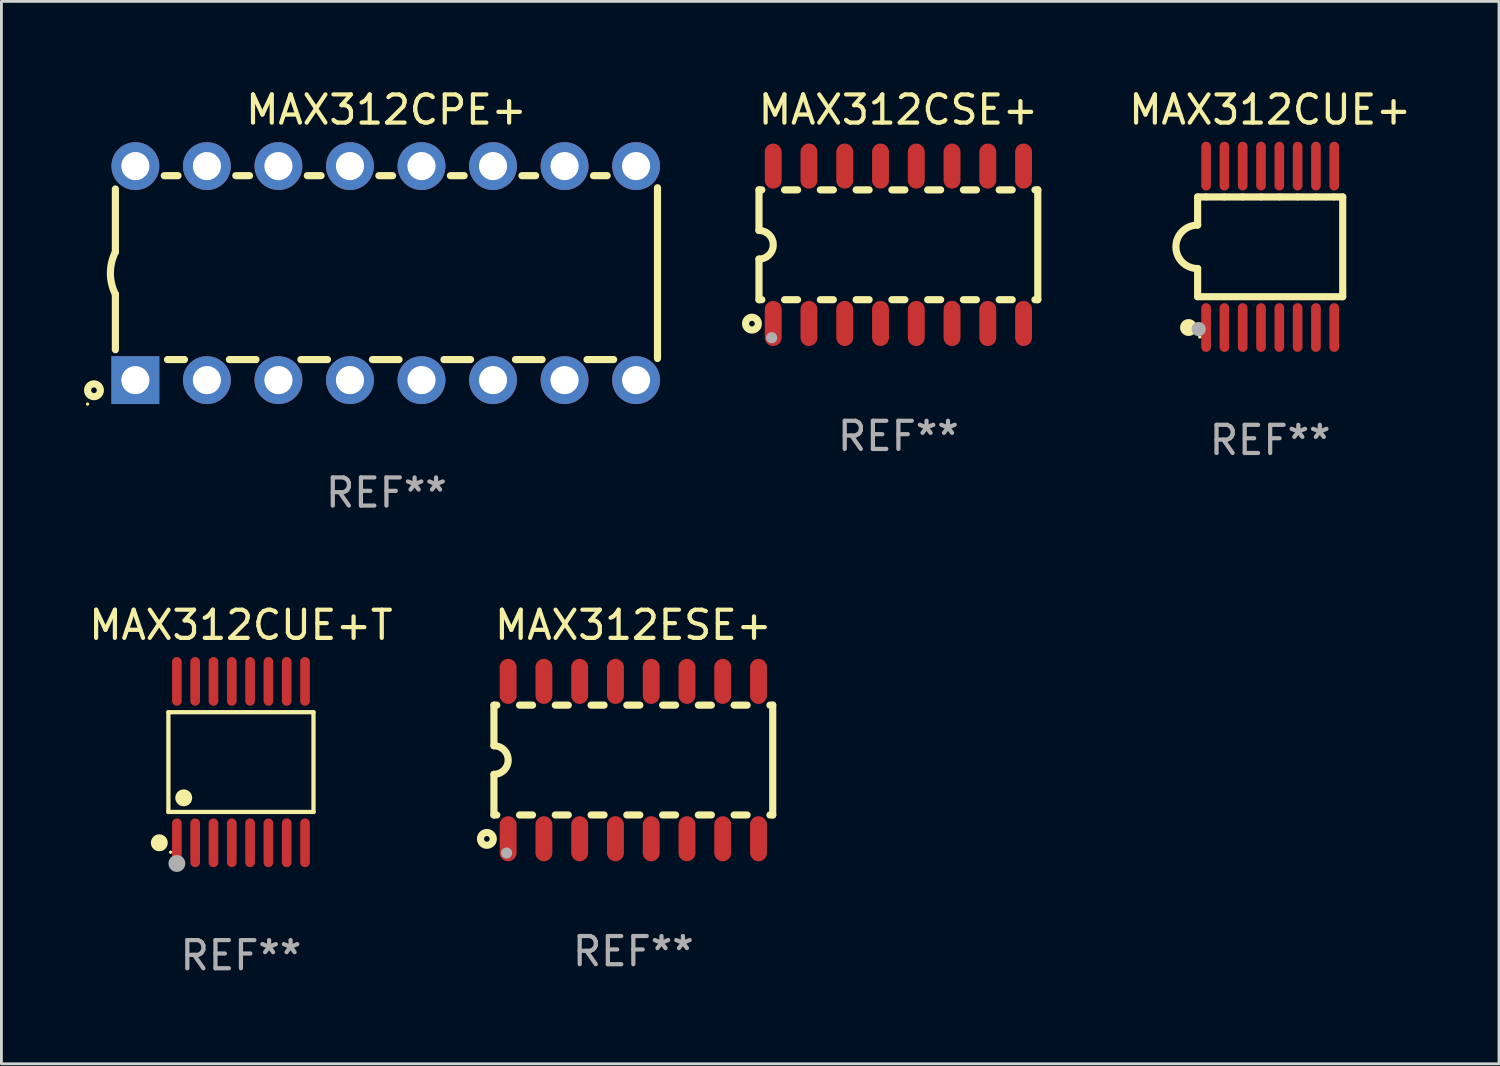
<source format=kicad_pcb>
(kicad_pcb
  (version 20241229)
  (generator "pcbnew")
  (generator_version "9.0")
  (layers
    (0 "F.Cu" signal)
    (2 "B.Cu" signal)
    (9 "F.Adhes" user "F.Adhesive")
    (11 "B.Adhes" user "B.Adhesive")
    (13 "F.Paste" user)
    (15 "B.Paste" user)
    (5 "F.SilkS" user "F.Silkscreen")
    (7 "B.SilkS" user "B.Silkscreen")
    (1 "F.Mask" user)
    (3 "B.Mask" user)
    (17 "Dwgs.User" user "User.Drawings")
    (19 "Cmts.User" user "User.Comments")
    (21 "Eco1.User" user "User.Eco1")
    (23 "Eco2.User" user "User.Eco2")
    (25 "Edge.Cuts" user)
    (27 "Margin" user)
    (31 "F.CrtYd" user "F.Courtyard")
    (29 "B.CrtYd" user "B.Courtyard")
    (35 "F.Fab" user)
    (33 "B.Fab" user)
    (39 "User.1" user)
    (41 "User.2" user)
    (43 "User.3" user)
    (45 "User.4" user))
  (footprint "MAX312CSE+"
    (layer "F.Cu")
    (at 28.851 5.642)
    (property "Reference" "MAX312CSE+" (at 0 -4.794 0) (layer "F.SilkS") (effects (font (size 1 1) (thickness 0.15))))
    (attr through_hole)
    (fp_line (start -4.95 -1.95) (end -4.95 -0.508) (stroke (width 0.254) (type solid)) (layer "F.SilkS"))
    (fp_line (start -4.95 -1.95) (end -4.849 -1.95) (stroke (width 0.254) (type solid)) (layer "F.SilkS"))
    (fp_line (start -4.95 1.95) (end -4.95 0.508) (stroke (width 0.254) (type solid)) (layer "F.SilkS"))
    (fp_line (start -4.95 1.95) (end -4.849 1.95) (stroke (width 0.254) (type solid)) (layer "F.SilkS"))
    (fp_line (start -4.041 -1.95) (end -3.579 -1.95) (stroke (width 0.254) (type solid)) (layer "F.SilkS"))
    (fp_line (start -4.041 1.95) (end -3.579 1.95) (stroke (width 0.254) (type solid)) (layer "F.SilkS"))
    (fp_line (start -2.771 -1.95) (end -2.309 -1.95) (stroke (width 0.254) (type solid)) (layer "F.SilkS"))
    (fp_line (start -2.771 1.95) (end -2.309 1.95) (stroke (width 0.254) (type solid)) (layer "F.SilkS"))
    (fp_line (start -1.501 -1.95) (end -1.039 -1.95) (stroke (width 0.254) (type solid)) (layer "F.SilkS"))
    (fp_line (start -1.501 1.95) (end -1.039 1.95) (stroke (width 0.254) (type solid)) (layer "F.SilkS"))
    (fp_line (start -0.231 -1.95) (end 0.231 -1.95) (stroke (width 0.254) (type solid)) (layer "F.SilkS"))
    (fp_line (start -0.231 1.95) (end 0.231 1.95) (stroke (width 0.254) (type solid)) (layer "F.SilkS"))
    (fp_line (start 1.039 -1.95) (end 1.501 -1.95) (stroke (width 0.254) (type solid)) (layer "F.SilkS"))
    (fp_line (start 1.039 1.95) (end 1.501 1.95) (stroke (width 0.254) (type solid)) (layer "F.SilkS"))
    (fp_line (start 2.309 -1.95) (end 2.771 -1.95) (stroke (width 0.254) (type solid)) (layer "F.SilkS"))
    (fp_line (start 2.309 1.95) (end 2.771 1.95) (stroke (width 0.254) (type solid)) (layer "F.SilkS"))
    (fp_line (start 3.579 -1.95) (end 4.041 -1.95) (stroke (width 0.254) (type solid)) (layer "F.SilkS"))
    (fp_line (start 3.579 1.95) (end 4.041 1.95) (stroke (width 0.254) (type solid)) (layer "F.SilkS"))
    (fp_line (start 4.849 -1.95) (end 4.95 -1.95) (stroke (width 0.254) (type solid)) (layer "F.SilkS"))
    (fp_line (start 4.849 1.95) (end 4.95 1.95) (stroke (width 0.254) (type solid)) (layer "F.SilkS"))
    (fp_line (start 4.95 -1.95) (end 4.95 1.95) (stroke (width 0.254) (type solid)) (layer "F.SilkS"))
    (fp_arc (start -4.95047 -0.508001) (mid -4.442469 -0.000228) (end -4.950013 0.508001) (stroke (width 0.254001) (type solid)) (layer "F.SilkS"))
    (fp_circle (center -5.2 2.8) (end -5.1 2.8) (stroke (width 0.254) (type solid)) (fill no) (layer "F.SilkS"))
    (fp_circle (center -4.95 2.947) (end -4.92 2.947) (stroke (width 0.06) (type solid)) (fill no) (layer "F.SilkS"))
    (fp_circle (center -4.5 3.3) (end -4.4 3.3) (stroke (width 0.2) (type solid)) (fill no) (layer "F.Fab"))
    (fp_text user "REF**" (at 0 6.794 0) (layer "F.Fab") (effects (font (size 1 1) (thickness 0.15))))
    (pad "1" smd oval (at -4.445 2.794) (size 0.6 1.6) (layers "F.Cu" "F.Mask" "F.Paste"))
    (pad "2" smd oval (at -3.175 2.794) (size 0.6 1.6) (layers "F.Cu" "F.Mask" "F.Paste"))
    (pad "3" smd oval (at -1.905 2.794) (size 0.6 1.6) (layers "F.Cu" "F.Mask" "F.Paste"))
    (pad "4" smd oval (at -0.635 2.794) (size 0.6 1.6) (layers "F.Cu" "F.Mask" "F.Paste"))
    (pad "5" smd oval (at 0.635 2.794) (size 0.6 1.6) (layers "F.Cu" "F.Mask" "F.Paste"))
    (pad "6" smd oval (at 1.905 2.794) (size 0.6 1.6) (layers "F.Cu" "F.Mask" "F.Paste"))
    (pad "7" smd oval (at 3.175 2.794) (size 0.6 1.6) (layers "F.Cu" "F.Mask" "F.Paste"))
    (pad "8" smd oval (at 4.445 2.794) (size 0.6 1.6) (layers "F.Cu" "F.Mask" "F.Paste"))
    (pad "9" smd oval (at 4.445 -2.794) (size 0.6 1.6) (layers "F.Cu" "F.Mask" "F.Paste"))
    (pad "10" smd oval (at 3.175 -2.794) (size 0.6 1.6) (layers "F.Cu" "F.Mask" "F.Paste"))
    (pad "11" smd oval (at 1.905 -2.794) (size 0.6 1.6) (layers "F.Cu" "F.Mask" "F.Paste"))
    (pad "12" smd oval (at 0.635 -2.794) (size 0.6 1.6) (layers "F.Cu" "F.Mask" "F.Paste"))
    (pad "13" smd oval (at -0.635 -2.794) (size 0.6 1.6) (layers "F.Cu" "F.Mask" "F.Paste"))
    (pad "14" smd oval (at -1.905 -2.794) (size 0.6 1.6) (layers "F.Cu" "F.Mask" "F.Paste"))
    (pad "15" smd oval (at -3.175 -2.794) (size 0.6 1.6) (layers "F.Cu" "F.Mask" "F.Paste"))
    (pad "16" smd oval (at -4.445 -2.794) (size 0.6 1.6) (layers "F.Cu" "F.Mask" "F.Paste")))
  (footprint "MAX312ESE+"
    (layer "F.Cu")
    (at 19.439 23.939)
    (property "Reference" "MAX312ESE+" (at 0 -4.794 0) (layer "F.SilkS") (effects (font (size 1 1) (thickness 0.15))))
    (attr through_hole)
    (fp_line (start -4.95 -1.95) (end -4.95 -0.508) (stroke (width 0.254) (type solid)) (layer "F.SilkS"))
    (fp_line (start -4.95 -1.95) (end -4.849 -1.95) (stroke (width 0.254) (type solid)) (layer "F.SilkS"))
    (fp_line (start -4.95 1.95) (end -4.95 0.508) (stroke (width 0.254) (type solid)) (layer "F.SilkS"))
    (fp_line (start -4.95 1.95) (end -4.849 1.95) (stroke (width 0.254) (type solid)) (layer "F.SilkS"))
    (fp_line (start -4.041 -1.95) (end -3.579 -1.95) (stroke (width 0.254) (type solid)) (layer "F.SilkS"))
    (fp_line (start -4.041 1.95) (end -3.579 1.95) (stroke (width 0.254) (type solid)) (layer "F.SilkS"))
    (fp_line (start -2.771 -1.95) (end -2.309 -1.95) (stroke (width 0.254) (type solid)) (layer "F.SilkS"))
    (fp_line (start -2.771 1.95) (end -2.309 1.95) (stroke (width 0.254) (type solid)) (layer "F.SilkS"))
    (fp_line (start -1.501 -1.95) (end -1.039 -1.95) (stroke (width 0.254) (type solid)) (layer "F.SilkS"))
    (fp_line (start -1.501 1.95) (end -1.039 1.95) (stroke (width 0.254) (type solid)) (layer "F.SilkS"))
    (fp_line (start -0.231 -1.95) (end 0.231 -1.95) (stroke (width 0.254) (type solid)) (layer "F.SilkS"))
    (fp_line (start -0.231 1.95) (end 0.231 1.95) (stroke (width 0.254) (type solid)) (layer "F.SilkS"))
    (fp_line (start 1.039 -1.95) (end 1.501 -1.95) (stroke (width 0.254) (type solid)) (layer "F.SilkS"))
    (fp_line (start 1.039 1.95) (end 1.501 1.95) (stroke (width 0.254) (type solid)) (layer "F.SilkS"))
    (fp_line (start 2.309 -1.95) (end 2.771 -1.95) (stroke (width 0.254) (type solid)) (layer "F.SilkS"))
    (fp_line (start 2.309 1.95) (end 2.771 1.95) (stroke (width 0.254) (type solid)) (layer "F.SilkS"))
    (fp_line (start 3.579 -1.95) (end 4.041 -1.95) (stroke (width 0.254) (type solid)) (layer "F.SilkS"))
    (fp_line (start 3.579 1.95) (end 4.041 1.95) (stroke (width 0.254) (type solid)) (layer "F.SilkS"))
    (fp_line (start 4.849 -1.95) (end 4.95 -1.95) (stroke (width 0.254) (type solid)) (layer "F.SilkS"))
    (fp_line (start 4.849 1.95) (end 4.95 1.95) (stroke (width 0.254) (type solid)) (layer "F.SilkS"))
    (fp_line (start 4.95 -1.95) (end 4.95 1.95) (stroke (width 0.254) (type solid)) (layer "F.SilkS"))
    (fp_arc (start -4.95047 -0.508001) (mid -4.442469 -0.000228) (end -4.950013 0.508001) (stroke (width 0.254001) (type solid)) (layer "F.SilkS"))
    (fp_circle (center -5.2 2.8) (end -5.1 2.8) (stroke (width 0.254) (type solid)) (fill no) (layer "F.SilkS"))
    (fp_circle (center -4.95 2.947) (end -4.92 2.947) (stroke (width 0.06) (type solid)) (fill no) (layer "F.SilkS"))
    (fp_circle (center -4.5 3.3) (end -4.4 3.3) (stroke (width 0.2) (type solid)) (fill no) (layer "F.Fab"))
    (fp_text user "REF**" (at 0 6.794 0) (layer "F.Fab") (effects (font (size 1 1) (thickness 0.15))))
    (pad "1" smd oval (at -4.445 2.794) (size 0.6 1.6) (layers "F.Cu" "F.Mask" "F.Paste"))
    (pad "2" smd oval (at -3.175 2.794) (size 0.6 1.6) (layers "F.Cu" "F.Mask" "F.Paste"))
    (pad "3" smd oval (at -1.905 2.794) (size 0.6 1.6) (layers "F.Cu" "F.Mask" "F.Paste"))
    (pad "4" smd oval (at -0.635 2.794) (size 0.6 1.6) (layers "F.Cu" "F.Mask" "F.Paste"))
    (pad "5" smd oval (at 0.635 2.794) (size 0.6 1.6) (layers "F.Cu" "F.Mask" "F.Paste"))
    (pad "6" smd oval (at 1.905 2.794) (size 0.6 1.6) (layers "F.Cu" "F.Mask" "F.Paste"))
    (pad "7" smd oval (at 3.175 2.794) (size 0.6 1.6) (layers "F.Cu" "F.Mask" "F.Paste"))
    (pad "8" smd oval (at 4.445 2.794) (size 0.6 1.6) (layers "F.Cu" "F.Mask" "F.Paste"))
    (pad "9" smd oval (at 4.445 -2.794) (size 0.6 1.6) (layers "F.Cu" "F.Mask" "F.Paste"))
    (pad "10" smd oval (at 3.175 -2.794) (size 0.6 1.6) (layers "F.Cu" "F.Mask" "F.Paste"))
    (pad "11" smd oval (at 1.905 -2.794) (size 0.6 1.6) (layers "F.Cu" "F.Mask" "F.Paste"))
    (pad "12" smd oval (at 0.635 -2.794) (size 0.6 1.6) (layers "F.Cu" "F.Mask" "F.Paste"))
    (pad "13" smd oval (at -0.635 -2.794) (size 0.6 1.6) (layers "F.Cu" "F.Mask" "F.Paste"))
    (pad "14" smd oval (at -1.905 -2.794) (size 0.6 1.6) (layers "F.Cu" "F.Mask" "F.Paste"))
    (pad "15" smd oval (at -3.175 -2.794) (size 0.6 1.6) (layers "F.Cu" "F.Mask" "F.Paste"))
    (pad "16" smd oval (at -4.445 -2.794) (size 0.6 1.6) (layers "F.Cu" "F.Mask" "F.Paste")))
  (footprint "MAX312CPE+"
    (layer "F.Cu")
    (at 10.672 6.648)
    (property "Reference" "MAX312CPE+" (at 0 -5.8 0) (layer "F.SilkS") (effects (font (size 1 1) (thickness 0.15))))
    (attr through_hole)
    (fp_line (start -9.625 -0.75) (end -9.625 -2.986) (stroke (width 0.254) (type solid)) (layer "F.SilkS"))
    (fp_line (start -9.625 0.749) (end -9.625 2.719) (stroke (width 0.254) (type solid)) (layer "F.SilkS"))
    (fp_line (start -7.889 -3.46) (end -7.401 -3.46) (stroke (width 0.254) (type solid)) (layer "F.SilkS"))
    (fp_line (start -7.775 3.07) (end -7.172 3.07) (stroke (width 0.254) (type solid)) (layer "F.SilkS"))
    (fp_line (start -5.578 3.07) (end -4.632 3.07) (stroke (width 0.254) (type solid)) (layer "F.SilkS"))
    (fp_line (start -5.349 -3.46) (end -4.861 -3.46) (stroke (width 0.254) (type solid)) (layer "F.SilkS"))
    (fp_line (start -3.038 3.07) (end -2.092 3.07) (stroke (width 0.254) (type solid)) (layer "F.SilkS"))
    (fp_line (start -2.809 -3.46) (end -2.321 -3.46) (stroke (width 0.254) (type solid)) (layer "F.SilkS"))
    (fp_line (start -0.498 3.07) (end 0.448 3.07) (stroke (width 0.254) (type solid)) (layer "F.SilkS"))
    (fp_line (start -0.269 -3.46) (end 0.219 -3.46) (stroke (width 0.254) (type solid)) (layer "F.SilkS"))
    (fp_line (start 2.042 3.07) (end 2.988 3.07) (stroke (width 0.254) (type solid)) (layer "F.SilkS"))
    (fp_line (start 2.271 -3.46) (end 2.759 -3.46) (stroke (width 0.254) (type solid)) (layer "F.SilkS"))
    (fp_line (start 4.582 3.07) (end 5.528 3.07) (stroke (width 0.254) (type solid)) (layer "F.SilkS"))
    (fp_line (start 4.811 -3.46) (end 5.299 -3.46) (stroke (width 0.254) (type solid)) (layer "F.SilkS"))
    (fp_line (start 7.122 3.07) (end 8.068 3.07) (stroke (width 0.254) (type solid)) (layer "F.SilkS"))
    (fp_line (start 7.351 -3.46) (end 7.839 -3.46) (stroke (width 0.254) (type solid)) (layer "F.SilkS"))
    (fp_line (start 9.625 3.032) (end 9.625 -3.032) (stroke (width 0.254) (type solid)) (layer "F.SilkS"))
    (fp_arc (start -9.624993 0.748819) (mid -9.801912 -0.000581) (end -9.625019 -0.749987) (stroke (width 0.254001) (type solid)) (layer "F.SilkS"))
    (fp_circle (center -10.612 4.65) (end -10.582 4.65) (stroke (width 0.06) (type solid)) (fill no) (layer "F.SilkS"))
    (fp_circle (center -10.385 4.16) (end -10.285 4.16) (stroke (width 0.254) (type solid)) (fill no) (layer "F.SilkS"))
    (fp_text user "REF**" (at 0 7.8 0) (layer "F.Fab") (effects (font (size 1 1) (thickness 0.15))))
    (pad "1" thru_hole rect (at -8.915 3.8 90) (size 1.7 1.7) (drill 1) (layers "*.Cu" "*.Mask"))
    (pad "2" thru_hole circle (at -6.375 3.8) (size 1.7 1.7) (drill 1) (layers "*.Cu" "*.Mask"))
    (pad "3" thru_hole circle (at -3.835 3.8) (size 1.7 1.7) (drill 1) (layers "*.Cu" "*.Mask"))
    (pad "4" thru_hole circle (at -1.295 3.8) (size 1.7 1.7) (drill 1) (layers "*.Cu" "*.Mask"))
    (pad "5" thru_hole circle (at 1.245 3.8) (size 1.7 1.7) (drill 1) (layers "*.Cu" "*.Mask"))
    (pad "6" thru_hole circle (at 3.785 3.8) (size 1.7 1.7) (drill 1) (layers "*.Cu" "*.Mask"))
    (pad "7" thru_hole circle (at 6.325 3.8) (size 1.7 1.7) (drill 1) (layers "*.Cu" "*.Mask"))
    (pad "8" thru_hole circle (at 8.865 3.8) (size 1.7 1.7) (drill 1) (layers "*.Cu" "*.Mask"))
    (pad "9" thru_hole circle (at 8.865 -3.8) (size 1.7 1.7) (drill 1) (layers "*.Cu" "*.Mask"))
    (pad "10" thru_hole circle (at 6.325 -3.8) (size 1.7 1.7) (drill 1) (layers "*.Cu" "*.Mask"))
    (pad "11" thru_hole circle (at 3.785 -3.8) (size 1.7 1.7) (drill 1) (layers "*.Cu" "*.Mask"))
    (pad "12" thru_hole circle (at 1.245 -3.8) (size 1.7 1.7) (drill 1) (layers "*.Cu" "*.Mask"))
    (pad "13" thru_hole circle (at -1.295 -3.8) (size 1.7 1.7) (drill 1) (layers "*.Cu" "*.Mask"))
    (pad "14" thru_hole circle (at -3.835 -3.8) (size 1.7 1.7) (drill 1) (layers "*.Cu" "*.Mask"))
    (pad "15" thru_hole circle (at -6.375 -3.8) (size 1.7 1.7) (drill 1) (layers "*.Cu" "*.Mask"))
    (pad "16" thru_hole circle (at -8.915 -3.8) (size 1.7 1.7) (drill 1) (layers "*.Cu" "*.Mask")))
  (footprint "MAX312CUE+"
    (layer "F.Cu")
    (at 42.053 5.714)
    (property "Reference" "MAX312CUE+" (at 0 -4.866 0) (layer "F.SilkS") (effects (font (size 1 1) (thickness 0.15))))
    (attr through_hole)
    (fp_line (start -2.576 -1.771) (end -2.576 -0.771) (stroke (width 0.254) (type solid)) (layer "F.SilkS"))
    (fp_line (start -2.576 -1.771) (end -2.289 -1.771) (stroke (width 0.254) (type solid)) (layer "F.SilkS"))
    (fp_line (start -2.576 1.771) (end -2.576 0.771) (stroke (width 0.254) (type solid)) (layer "F.SilkS"))
    (fp_line (start -2.261 -1.771) (end -1.639 -1.771) (stroke (width 0.254) (type solid)) (layer "F.SilkS"))
    (fp_line (start -1.612 -1.771) (end -0.989 -1.771) (stroke (width 0.254) (type solid)) (layer "F.SilkS"))
    (fp_line (start -0.962 -1.771) (end -0.338 -1.771) (stroke (width 0.254) (type solid)) (layer "F.SilkS"))
    (fp_line (start -0.311 -1.771) (end 0.312 -1.771) (stroke (width 0.254) (type solid)) (layer "F.SilkS"))
    (fp_line (start 0.339 -1.771) (end 0.962 -1.771) (stroke (width 0.254) (type solid)) (layer "F.SilkS"))
    (fp_line (start 0.989 -1.771) (end 1.612 -1.771) (stroke (width 0.254) (type solid)) (layer "F.SilkS"))
    (fp_line (start 1.639 -1.771) (end 2.261 -1.771) (stroke (width 0.254) (type solid)) (layer "F.SilkS"))
    (fp_line (start 2.289 -1.771) (end 2.576 -1.771) (stroke (width 0.254) (type solid)) (layer "F.SilkS"))
    (fp_line (start 2.576 -1.771) (end 2.576 1.771) (stroke (width 0.254) (type solid)) (layer "F.SilkS"))
    (fp_line (start 2.576 1.771) (end -2.576 1.771) (stroke (width 0.254) (type solid)) (layer "F.SilkS"))
    (fp_arc (start -2.576226 0.7714) (mid -3.346889 -0.000648) (end -2.575311 -0.771781) (stroke (width 0.254001) (type solid)) (layer "F.SilkS"))
    (fp_circle (center -2.899 2.866) (end -2.749 2.866) (stroke (width 0.3) (type solid)) (fill no) (layer "F.SilkS"))
    (fp_circle (center -2.5 3.2) (end -2.47 3.2) (stroke (width 0.06) (type solid)) (fill no) (layer "F.SilkS"))
    (fp_circle (center -2.54 2.921) (end -2.413 2.921) (stroke (width 0.254) (type solid)) (fill no) (layer "F.Fab"))
    (fp_text user "REF**" (at 0 6.866 0) (layer "F.Fab") (effects (font (size 1 1) (thickness 0.15))))
    (pad "1" smd oval (at -2.275 2.866) (size 0.343 1.731) (layers "F.Cu" "F.Mask" "F.Paste"))
    (pad "2" smd oval (at -1.625 2.866) (size 0.343 1.731) (layers "F.Cu" "F.Mask" "F.Paste"))
    (pad "3" smd oval (at -0.975 2.866) (size 0.343 1.731) (layers "F.Cu" "F.Mask" "F.Paste"))
    (pad "4" smd oval (at -0.325 2.866) (size 0.343 1.731) (layers "F.Cu" "F.Mask" "F.Paste"))
    (pad "5" smd oval (at 0.325 2.866) (size 0.343 1.731) (layers "F.Cu" "F.Mask" "F.Paste"))
    (pad "6" smd oval (at 0.975 2.866) (size 0.343 1.731) (layers "F.Cu" "F.Mask" "F.Paste"))
    (pad "7" smd oval (at 1.625 2.866) (size 0.343 1.731) (layers "F.Cu" "F.Mask" "F.Paste"))
    (pad "8" smd oval (at 2.275 2.866) (size 0.343 1.731) (layers "F.Cu" "F.Mask" "F.Paste"))
    (pad "9" smd oval (at 2.275 -2.866) (size 0.343 1.731) (layers "F.Cu" "F.Mask" "F.Paste"))
    (pad "10" smd oval (at 1.625 -2.866) (size 0.343 1.731) (layers "F.Cu" "F.Mask" "F.Paste"))
    (pad "11" smd oval (at 0.975 -2.866) (size 0.343 1.731) (layers "F.Cu" "F.Mask" "F.Paste"))
    (pad "12" smd oval (at 0.325 -2.866) (size 0.343 1.731) (layers "F.Cu" "F.Mask" "F.Paste"))
    (pad "13" smd oval (at -0.325 -2.866) (size 0.343 1.731) (layers "F.Cu" "F.Mask" "F.Paste"))
    (pad "14" smd oval (at -0.975 -2.866) (size 0.343 1.731) (layers "F.Cu" "F.Mask" "F.Paste"))
    (pad "15" smd oval (at -1.625 -2.866) (size 0.343 1.731) (layers "F.Cu" "F.Mask" "F.Paste"))
    (pad "16" smd oval (at -2.275 -2.866) (size 0.343 1.731) (layers "F.Cu" "F.Mask" "F.Paste")))
  (footprint "MAX312CUE+T"
    (layer "F.Cu")
    (at 5.506 24.011)
    (property "Reference" "MAX312CUE+T" (at 0 -4.866 0) (layer "F.SilkS") (effects (font (size 1 1) (thickness 0.15))))
    (attr through_hole)
    (fp_line (start -2.576 -1.772) (end 2.576 -1.772) (stroke (width 0.152) (type solid)) (layer "F.SilkS"))
    (fp_line (start -2.576 1.771) (end -2.576 -1.772) (stroke (width 0.152) (type solid)) (layer "F.SilkS"))
    (fp_line (start 2.576 -1.772) (end 2.576 1.771) (stroke (width 0.152) (type solid)) (layer "F.SilkS"))
    (fp_line (start 2.576 1.771) (end -2.576 1.771) (stroke (width 0.152) (type solid)) (layer "F.SilkS"))
    (fp_circle (center -2.899 2.866) (end -2.749 2.866) (stroke (width 0.3) (type solid)) (fill no) (layer "F.SilkS"))
    (fp_circle (center -2.5 3.2) (end -2.47 3.2) (stroke (width 0.06) (type solid)) (fill no) (layer "F.SilkS"))
    (fp_circle (center -2.032 1.27) (end -1.882 1.27) (stroke (width 0.3) (type solid)) (fill no) (layer "F.SilkS"))
    (fp_circle (center -2.275 3.6) (end -2.125 3.6) (stroke (width 0.3) (type solid)) (fill no) (layer "F.Fab"))
    (fp_text user "REF**" (at 0 6.866 0) (layer "F.Fab") (effects (font (size 1 1) (thickness 0.15))))
    (pad "1" smd oval (at -2.275 2.866) (size 0.343 1.731) (layers "F.Cu" "F.Mask" "F.Paste"))
    (pad "2" smd oval (at -1.625 2.866) (size 0.343 1.731) (layers "F.Cu" "F.Mask" "F.Paste"))
    (pad "3" smd oval (at -0.975 2.866) (size 0.343 1.731) (layers "F.Cu" "F.Mask" "F.Paste"))
    (pad "4" smd oval (at -0.325 2.866) (size 0.343 1.731) (layers "F.Cu" "F.Mask" "F.Paste"))
    (pad "5" smd oval (at 0.325 2.866) (size 0.343 1.731) (layers "F.Cu" "F.Mask" "F.Paste"))
    (pad "6" smd oval (at 0.975 2.866) (size 0.343 1.731) (layers "F.Cu" "F.Mask" "F.Paste"))
    (pad "7" smd oval (at 1.625 2.866) (size 0.343 1.731) (layers "F.Cu" "F.Mask" "F.Paste"))
    (pad "8" smd oval (at 2.275 2.866) (size 0.343 1.731) (layers "F.Cu" "F.Mask" "F.Paste"))
    (pad "9" smd oval (at 2.275 -2.866) (size 0.343 1.731) (layers "F.Cu" "F.Mask" "F.Paste"))
    (pad "10" smd oval (at 1.625 -2.866) (size 0.343 1.731) (layers "F.Cu" "F.Mask" "F.Paste"))
    (pad "11" smd oval (at 0.975 -2.866) (size 0.343 1.731) (layers "F.Cu" "F.Mask" "F.Paste"))
    (pad "12" smd oval (at 0.325 -2.866) (size 0.343 1.731) (layers "F.Cu" "F.Mask" "F.Paste"))
    (pad "13" smd oval (at -0.325 -2.866) (size 0.343 1.731) (layers "F.Cu" "F.Mask" "F.Paste"))
    (pad "14" smd oval (at -0.975 -2.866) (size 0.343 1.731) (layers "F.Cu" "F.Mask" "F.Paste"))
    (pad "15" smd oval (at -1.625 -2.866) (size 0.343 1.731) (layers "F.Cu" "F.Mask" "F.Paste"))
    (pad "16" smd oval (at -2.275 -2.866) (size 0.343 1.731) (layers "F.Cu" "F.Mask" "F.Paste")))
  (gr_rect
    (start -3 -3)
    (end 50.178 34.725)
    (stroke (width 0.1) (type default))
    (fill no)
    (layer "Edge.Cuts")))
</source>
